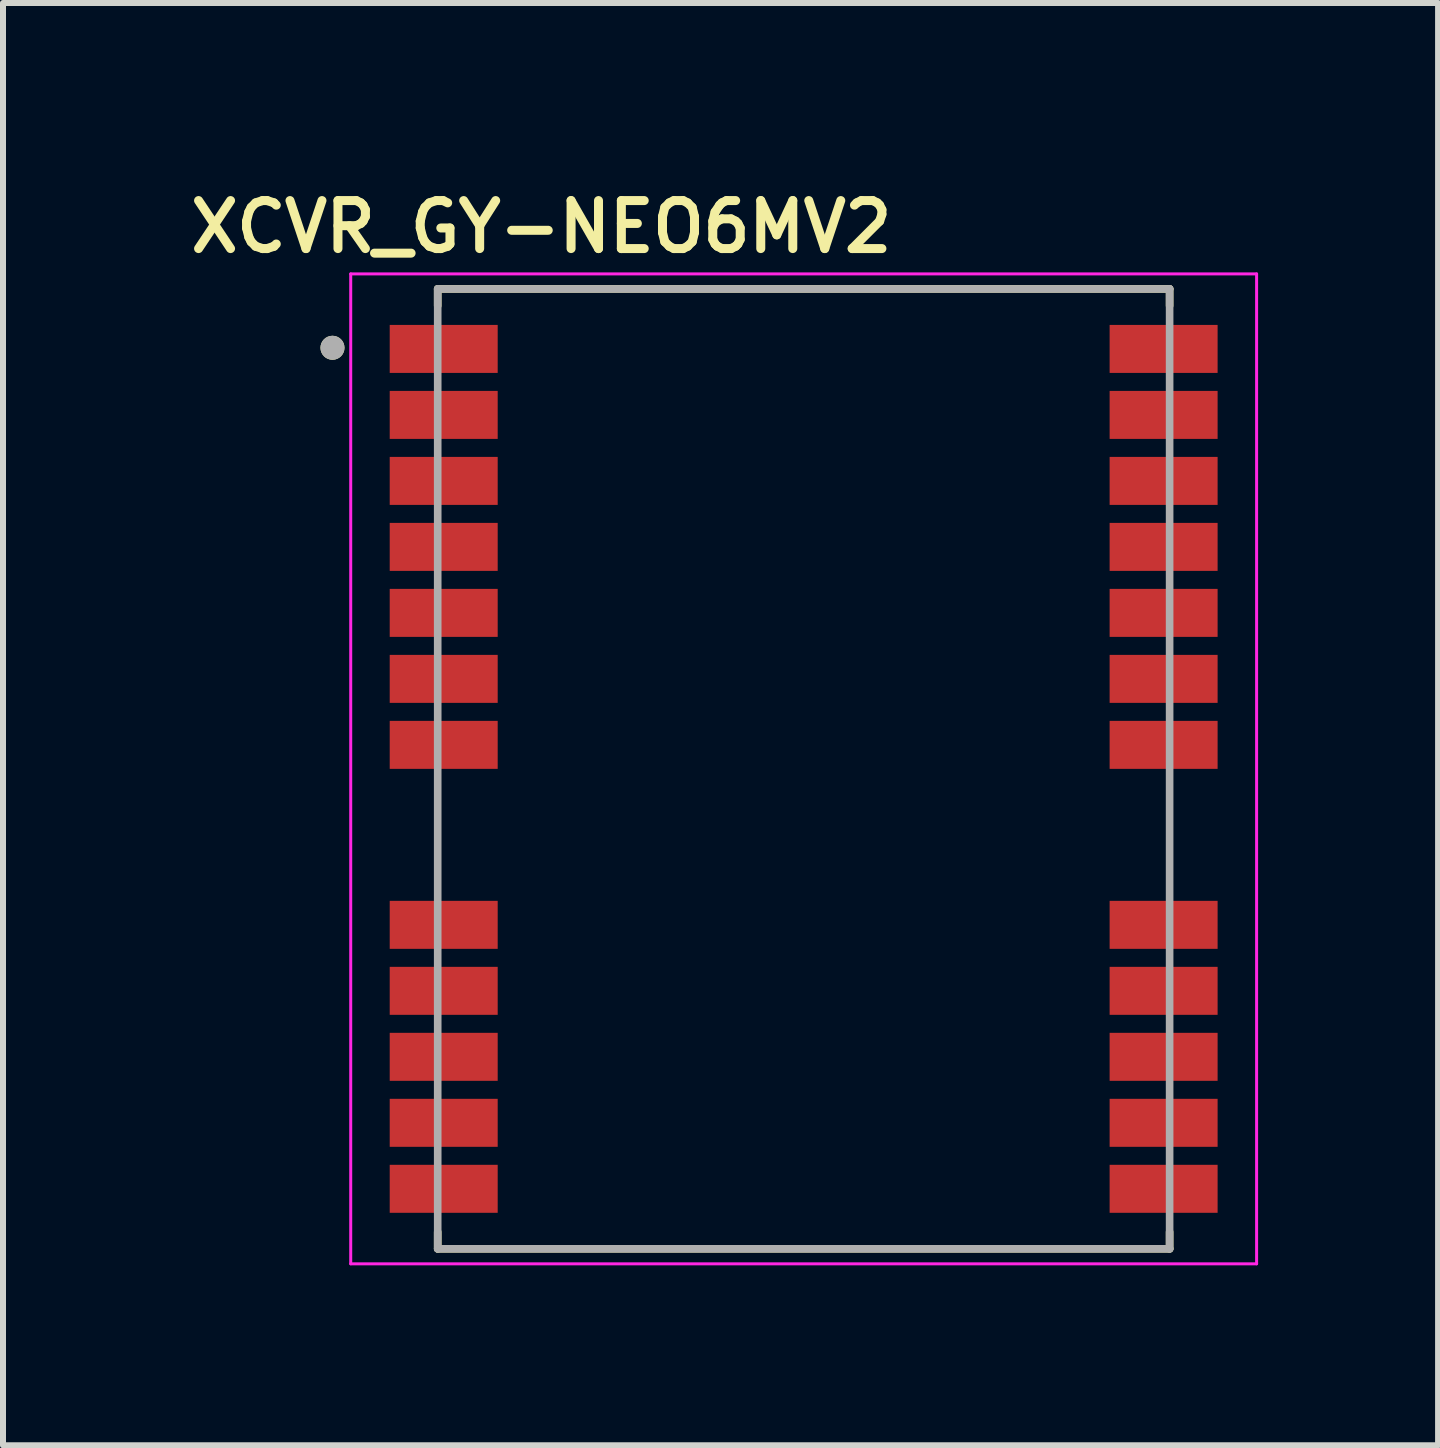
<source format=kicad_pcb>
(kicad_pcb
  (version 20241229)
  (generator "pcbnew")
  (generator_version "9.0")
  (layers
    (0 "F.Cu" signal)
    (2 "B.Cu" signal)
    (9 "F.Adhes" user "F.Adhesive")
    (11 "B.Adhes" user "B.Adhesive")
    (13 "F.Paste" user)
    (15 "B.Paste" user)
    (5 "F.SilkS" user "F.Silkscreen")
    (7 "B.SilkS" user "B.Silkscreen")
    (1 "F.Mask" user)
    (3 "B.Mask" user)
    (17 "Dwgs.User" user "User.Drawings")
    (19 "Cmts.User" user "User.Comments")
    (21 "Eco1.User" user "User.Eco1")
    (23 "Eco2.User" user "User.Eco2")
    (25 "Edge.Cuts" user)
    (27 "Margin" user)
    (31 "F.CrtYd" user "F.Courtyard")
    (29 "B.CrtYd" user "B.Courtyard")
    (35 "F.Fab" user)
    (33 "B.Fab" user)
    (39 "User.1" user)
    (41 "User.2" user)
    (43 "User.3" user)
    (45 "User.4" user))
  (footprint "XCVR_GY-NEO6MV2"
    (layer "F.Cu")
    (at 10.346 9.766)
    (property "Reference" "XCVR_GY-NEO6MV2" (at -4.372 -9.035 0) (layer "F.SilkS") (effects (font (size 0.8 0.8) (thickness 0.15))))
    (attr smd)
    (fp_line (start -6.1 -8) (end 6.1 -8) (stroke (width 0.127) (type solid)) (layer "F.SilkS"))
    (fp_line (start -6.1 -7.72) (end -6.1 -8) (stroke (width 0.127) (type solid)) (layer "F.SilkS"))
    (fp_line (start -6.1 7.72) (end -6.1 8) (stroke (width 0.127) (type solid)) (layer "F.SilkS"))
    (fp_line (start -6.1 8) (end 6.1 8) (stroke (width 0.127) (type solid)) (layer "F.SilkS"))
    (fp_line (start 6.1 -8) (end 6.1 -7.72) (stroke (width 0.127) (type solid)) (layer "F.SilkS"))
    (fp_line (start 6.1 8) (end 6.1 7.72) (stroke (width 0.127) (type solid)) (layer "F.SilkS"))
    (fp_circle (center -7.854 -7.019) (end -7.754 -7.019) (stroke (width 0.2) (type solid)) (fill no) (layer "F.SilkS"))
    (fp_poly (pts (xy -7.3 -6.6) (xy -6.1 -6.6) (xy -6.1 -6.7) (xy -5.2 -6.7) (xy -5.2 -7.3) (xy -6.1 -7.3) (xy -6.1 -7.4) (xy -7.3 -7.4)) (stroke (width 0.0001) (type solid)) (fill yes) (layer "F.Paste"))
    (fp_poly (pts (xy -7.3 -5.5) (xy -6.1 -5.5) (xy -6.1 -5.6) (xy -5.2 -5.6) (xy -5.2 -6.2) (xy -6.1 -6.2) (xy -6.1 -6.3) (xy -7.3 -6.3)) (stroke (width 0.0001) (type solid)) (fill yes) (layer "F.Paste"))
    (fp_poly (pts (xy -7.3 -4.4) (xy -6.1 -4.4) (xy -6.1 -4.5) (xy -5.2 -4.5) (xy -5.2 -5.1) (xy -6.1 -5.1) (xy -6.1 -5.2) (xy -7.3 -5.2)) (stroke (width 0.0001) (type solid)) (fill yes) (layer "F.Paste"))
    (fp_poly (pts (xy -7.3 -3.3) (xy -6.1 -3.3) (xy -6.1 -3.4) (xy -5.2 -3.4) (xy -5.2 -4) (xy -6.1 -4) (xy -6.1 -4.1) (xy -7.3 -4.1)) (stroke (width 0.0001) (type solid)) (fill yes) (layer "F.Paste"))
    (fp_poly (pts (xy -7.3 -2.2) (xy -6.1 -2.2) (xy -6.1 -2.3) (xy -5.2 -2.3) (xy -5.2 -2.9) (xy -6.1 -2.9) (xy -6.1 -3) (xy -7.3 -3)) (stroke (width 0.0001) (type solid)) (fill yes) (layer "F.Paste"))
    (fp_poly (pts (xy -7.3 -1.1) (xy -6.1 -1.1) (xy -6.1 -1.2) (xy -5.2 -1.2) (xy -5.2 -1.8) (xy -6.1 -1.8) (xy -6.1 -1.9) (xy -7.3 -1.9)) (stroke (width 0.0001) (type solid)) (fill yes) (layer "F.Paste"))
    (fp_poly (pts (xy -7.3 0) (xy -6.1 0) (xy -6.1 -0.1) (xy -5.2 -0.1) (xy -5.2 -0.7) (xy -6.1 -0.7) (xy -6.1 -0.8) (xy -7.3 -0.8)) (stroke (width 0.0001) (type solid)) (fill yes) (layer "F.Paste"))
    (fp_poly (pts (xy -7.3 2.2) (xy -6.1 2.2) (xy -6.1 2.3) (xy -5.2 2.3) (xy -5.2 2.9) (xy -6.1 2.9) (xy -6.1 3) (xy -7.3 3)) (stroke (width 0.0001) (type solid)) (fill yes) (layer "F.Paste"))
    (fp_poly (pts (xy -7.3 3.3) (xy -6.1 3.3) (xy -6.1 3.4) (xy -5.2 3.4) (xy -5.2 4) (xy -6.1 4) (xy -6.1 4.1) (xy -7.3 4.1)) (stroke (width 0.0001) (type solid)) (fill yes) (layer "F.Paste"))
    (fp_poly (pts (xy -7.3 4.4) (xy -6.1 4.4) (xy -6.1 4.5) (xy -5.2 4.5) (xy -5.2 5.1) (xy -6.1 5.1) (xy -6.1 5.2) (xy -7.3 5.2)) (stroke (width 0.0001) (type solid)) (fill yes) (layer "F.Paste"))
    (fp_poly (pts (xy -7.3 5.5) (xy -6.1 5.5) (xy -6.1 5.6) (xy -5.2 5.6) (xy -5.2 6.2) (xy -6.1 6.2) (xy -6.1 6.3) (xy -7.3 6.3)) (stroke (width 0.0001) (type solid)) (fill yes) (layer "F.Paste"))
    (fp_poly (pts (xy -7.3 6.6) (xy -6.1 6.6) (xy -6.1 6.7) (xy -5.2 6.7) (xy -5.2 7.3) (xy -6.1 7.3) (xy -6.1 7.4) (xy -7.3 7.4)) (stroke (width 0.0001) (type solid)) (fill yes) (layer "F.Paste"))
    (fp_poly (pts (xy 7.3 -6.6) (xy 6.1 -6.6) (xy 6.1 -6.7) (xy 5.2 -6.7) (xy 5.2 -7.3) (xy 6.1 -7.3) (xy 6.1 -7.4) (xy 7.3 -7.4)) (stroke (width 0.0001) (type solid)) (fill yes) (layer "F.Paste"))
    (fp_poly (pts (xy 7.3 -5.5) (xy 6.1 -5.5) (xy 6.1 -5.6) (xy 5.2 -5.6) (xy 5.2 -6.2) (xy 6.1 -6.2) (xy 6.1 -6.3) (xy 7.3 -6.3)) (stroke (width 0.0001) (type solid)) (fill yes) (layer "F.Paste"))
    (fp_poly (pts (xy 7.3 -4.4) (xy 6.1 -4.4) (xy 6.1 -4.5) (xy 5.2 -4.5) (xy 5.2 -5.1) (xy 6.1 -5.1) (xy 6.1 -5.2) (xy 7.3 -5.2)) (stroke (width 0.0001) (type solid)) (fill yes) (layer "F.Paste"))
    (fp_poly (pts (xy 7.3 -3.3) (xy 6.1 -3.3) (xy 6.1 -3.4) (xy 5.2 -3.4) (xy 5.2 -4) (xy 6.1 -4) (xy 6.1 -4.1) (xy 7.3 -4.1)) (stroke (width 0.0001) (type solid)) (fill yes) (layer "F.Paste"))
    (fp_poly (pts (xy 7.3 -2.2) (xy 6.1 -2.2) (xy 6.1 -2.3) (xy 5.2 -2.3) (xy 5.2 -2.9) (xy 6.1 -2.9) (xy 6.1 -3) (xy 7.3 -3)) (stroke (width 0.0001) (type solid)) (fill yes) (layer "F.Paste"))
    (fp_poly (pts (xy 7.3 -1.1) (xy 6.1 -1.1) (xy 6.1 -1.2) (xy 5.2 -1.2) (xy 5.2 -1.8) (xy 6.1 -1.8) (xy 6.1 -1.9) (xy 7.3 -1.9)) (stroke (width 0.0001) (type solid)) (fill yes) (layer "F.Paste"))
    (fp_poly (pts (xy 7.3 0) (xy 6.1 0) (xy 6.1 -0.1) (xy 5.2 -0.1) (xy 5.2 -0.7) (xy 6.1 -0.7) (xy 6.1 -0.8) (xy 7.3 -0.8)) (stroke (width 0.0001) (type solid)) (fill yes) (layer "F.Paste"))
    (fp_poly (pts (xy 7.3 2.2) (xy 6.1 2.2) (xy 6.1 2.3) (xy 5.2 2.3) (xy 5.2 2.9) (xy 6.1 2.9) (xy 6.1 3) (xy 7.3 3)) (stroke (width 0.0001) (type solid)) (fill yes) (layer "F.Paste"))
    (fp_poly (pts (xy 7.3 3.3) (xy 6.1 3.3) (xy 6.1 3.4) (xy 5.2 3.4) (xy 5.2 4) (xy 6.1 4) (xy 6.1 4.1) (xy 7.3 4.1)) (stroke (width 0.0001) (type solid)) (fill yes) (layer "F.Paste"))
    (fp_poly (pts (xy 7.3 4.4) (xy 6.1 4.4) (xy 6.1 4.5) (xy 5.2 4.5) (xy 5.2 5.1) (xy 6.1 5.1) (xy 6.1 5.2) (xy 7.3 5.2)) (stroke (width 0.0001) (type solid)) (fill yes) (layer "F.Paste"))
    (fp_poly (pts (xy 7.3 5.5) (xy 6.1 5.5) (xy 6.1 5.6) (xy 5.2 5.6) (xy 5.2 6.2) (xy 6.1 6.2) (xy 6.1 6.3) (xy 7.3 6.3)) (stroke (width 0.0001) (type solid)) (fill yes) (layer "F.Paste"))
    (fp_poly (pts (xy 7.3 6.6) (xy 6.1 6.6) (xy 6.1 6.7) (xy 5.2 6.7) (xy 5.2 7.3) (xy 6.1 7.3) (xy 6.1 7.4) (xy 7.3 7.4)) (stroke (width 0.0001) (type solid)) (fill yes) (layer "F.Paste"))
    (fp_line (start -7.55 -8.25) (end 7.55 -8.25) (stroke (width 0.05) (type solid)) (layer "F.CrtYd"))
    (fp_line (start -7.55 8.25) (end -7.55 -8.25) (stroke (width 0.05) (type solid)) (layer "F.CrtYd"))
    (fp_line (start 7.55 -8.25) (end 7.55 8.25) (stroke (width 0.05) (type solid)) (layer "F.CrtYd"))
    (fp_line (start 7.55 8.25) (end -7.55 8.25) (stroke (width 0.05) (type solid)) (layer "F.CrtYd"))
    (fp_line (start -6.1 -8) (end 6.1 -8) (stroke (width 0.127) (type solid)) (layer "F.Fab"))
    (fp_line (start -6.1 8) (end -6.1 -8) (stroke (width 0.127) (type solid)) (layer "F.Fab"))
    (fp_line (start 6.1 -8) (end 6.1 8) (stroke (width 0.127) (type solid)) (layer "F.Fab"))
    (fp_line (start 6.1 8) (end -6.1 8) (stroke (width 0.127) (type solid)) (layer "F.Fab"))
    (fp_circle (center -7.854 -7.019) (end -7.754 -7.019) (stroke (width 0.2) (type solid)) (fill no) (layer "F.Fab"))
    (pad "1" smd rect (at -6 -7) (size 1.8 0.8) (layers "F.Cu" "F.Mask"))
    (pad "2" smd rect (at -6 -5.9) (size 1.8 0.8) (layers "F.Cu" "F.Mask"))
    (pad "3" smd rect (at -6 -4.8) (size 1.8 0.8) (layers "F.Cu" "F.Mask"))
    (pad "4" smd rect (at -6 -3.7) (size 1.8 0.8) (layers "F.Cu" "F.Mask"))
    (pad "5" smd rect (at -6 -2.6) (size 1.8 0.8) (layers "F.Cu" "F.Mask"))
    (pad "6" smd rect (at -6 -1.5) (size 1.8 0.8) (layers "F.Cu" "F.Mask"))
    (pad "7" smd rect (at -6 -0.4) (size 1.8 0.8) (layers "F.Cu" "F.Mask"))
    (pad "8" smd rect (at -6 2.6) (size 1.8 0.8) (layers "F.Cu" "F.Mask"))
    (pad "9" smd rect (at -6 3.7) (size 1.8 0.8) (layers "F.Cu" "F.Mask"))
    (pad "10" smd rect (at -6 4.8) (size 1.8 0.8) (layers "F.Cu" "F.Mask"))
    (pad "11" smd rect (at -6 5.9) (size 1.8 0.8) (layers "F.Cu" "F.Mask"))
    (pad "12" smd rect (at -6 7) (size 1.8 0.8) (layers "F.Cu" "F.Mask"))
    (pad "13" smd rect (at 6 7) (size 1.8 0.8) (layers "F.Cu" "F.Mask"))
    (pad "14" smd rect (at 6 5.9) (size 1.8 0.8) (layers "F.Cu" "F.Mask"))
    (pad "15" smd rect (at 6 4.8) (size 1.8 0.8) (layers "F.Cu" "F.Mask"))
    (pad "16" smd rect (at 6 3.7) (size 1.8 0.8) (layers "F.Cu" "F.Mask"))
    (pad "17" smd rect (at 6 2.6) (size 1.8 0.8) (layers "F.Cu" "F.Mask"))
    (pad "18" smd rect (at 6 -0.4) (size 1.8 0.8) (layers "F.Cu" "F.Mask"))
    (pad "19" smd rect (at 6 -1.5) (size 1.8 0.8) (layers "F.Cu" "F.Mask"))
    (pad "20" smd rect (at 6 -2.6) (size 1.8 0.8) (layers "F.Cu" "F.Mask"))
    (pad "21" smd rect (at 6 -3.7) (size 1.8 0.8) (layers "F.Cu" "F.Mask"))
    (pad "22" smd rect (at 6 -4.8) (size 1.8 0.8) (layers "F.Cu" "F.Mask"))
    (pad "23" smd rect (at 6 -5.9) (size 1.8 0.8) (layers "F.Cu" "F.Mask"))
    (pad "24" smd rect (at 6 -7) (size 1.8 0.8) (layers "F.Cu" "F.Mask")))
  (gr_rect
    (start -3 -3)
    (end 20.921 21.041)
    (stroke (width 0.1) (type default))
    (fill no)
    (layer "Edge.Cuts")))
</source>
